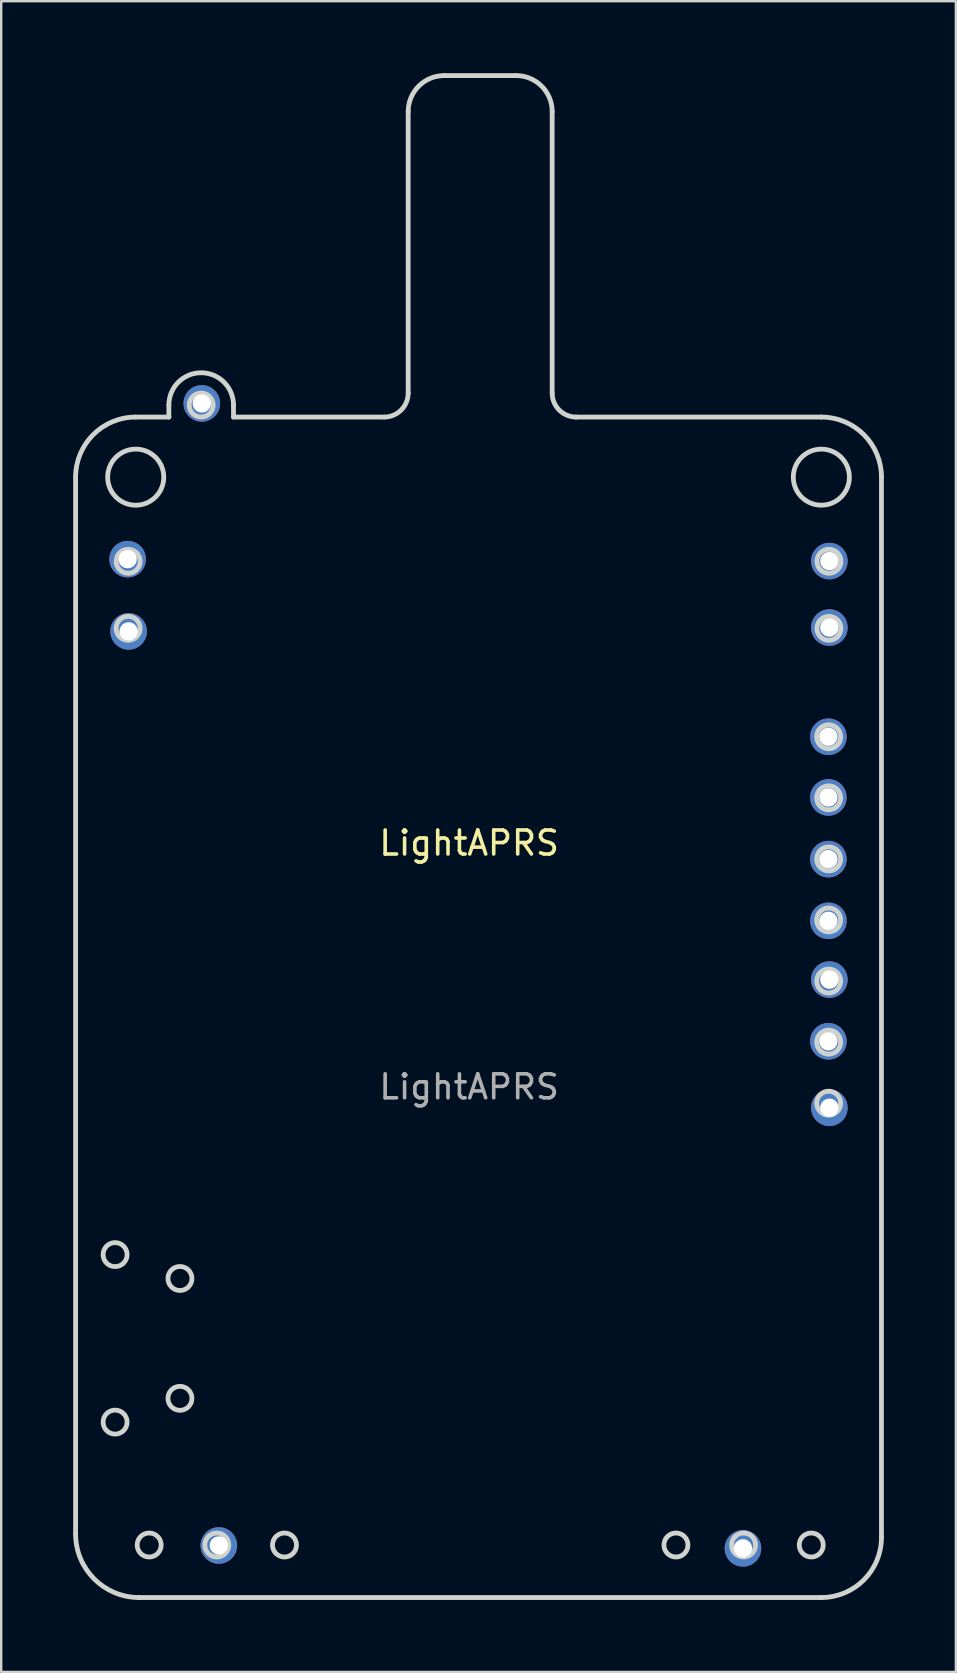
<source format=kicad_pcb>
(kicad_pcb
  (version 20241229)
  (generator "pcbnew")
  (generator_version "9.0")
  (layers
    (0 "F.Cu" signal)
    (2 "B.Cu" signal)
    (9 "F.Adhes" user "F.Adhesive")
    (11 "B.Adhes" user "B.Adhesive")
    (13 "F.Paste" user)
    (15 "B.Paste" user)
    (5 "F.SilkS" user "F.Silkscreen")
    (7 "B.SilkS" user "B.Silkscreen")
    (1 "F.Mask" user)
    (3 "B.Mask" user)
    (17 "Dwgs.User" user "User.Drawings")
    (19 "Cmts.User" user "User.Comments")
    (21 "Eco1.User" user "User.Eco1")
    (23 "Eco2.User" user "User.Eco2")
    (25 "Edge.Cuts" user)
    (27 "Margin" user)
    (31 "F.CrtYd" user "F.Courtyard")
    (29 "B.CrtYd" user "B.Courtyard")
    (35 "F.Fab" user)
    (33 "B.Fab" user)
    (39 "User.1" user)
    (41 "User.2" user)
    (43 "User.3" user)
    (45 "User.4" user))
  (footprint "LightAPRS"
    (layer "F.Cu")
    (at 13.959 1.6)
    (property "Reference" "LightAPRS" (at 2.54 30.48 0) (unlocked yes) (layer "F.SilkS") (effects (font (size 1 1) (thickness 0.15))))
    (attr through_hole)
    (fp_line (start -13.859 15.233) (end -13.859 59.274) (stroke (width 0.2) (type solid)) (layer "Edge.Cuts"))
    (fp_line (start -11.214 61.919) (end 17.216 61.919) (stroke (width 0.2) (type solid)) (layer "Edge.Cuts"))
    (fp_line (start -9.973 12.229) (end -9.973 12.729) (stroke (width 0.2) (type solid)) (layer "Edge.Cuts"))
    (fp_line (start -9.973 12.729) (end -11.355 12.729) (stroke (width 0.2) (type solid)) (layer "Edge.Cuts"))
    (fp_line (start -7.279 12.729) (end -7.279 12.229) (stroke (width 0.2) (type solid)) (layer "Edge.Cuts"))
    (fp_line (start -1 12.729) (end -7.279 12.729) (stroke (width 0.2) (type solid)) (layer "Edge.Cuts"))
    (fp_line (start 0 0) (end 0 11.729) (stroke (width 0.2) (type solid)) (layer "Edge.Cuts"))
    (fp_line (start 4.5 -1.5) (end 1.5 -1.5) (stroke (width 0.2) (type solid)) (layer "Edge.Cuts"))
    (fp_line (start 6 11.729) (end 6 0) (stroke (width 0.2) (type solid)) (layer "Edge.Cuts"))
    (fp_line (start 17.216 12.729) (end 7 12.729) (stroke (width 0.2) (type solid)) (layer "Edge.Cuts"))
    (fp_line (start 19.721 59.414) (end 19.721 15.233) (stroke (width 0.2) (type solid)) (layer "Edge.Cuts"))
    (fp_arc (start -13.858936 15.2335) (mid -13.125655 13.462821) (end -11.355201 12.729) (stroke (width 0.2) (type solid)) (layer "Edge.Cuts"))
    (fp_arc (start -11.214026 61.918702) (mid -13.08426 61.144026) (end -13.858936 59.273792) (stroke (width 0.2) (type solid)) (layer "Edge.Cuts"))
    (fp_arc (start -9.972626 12.229) (mid -8.626 10.882374) (end -7.279374 12.229) (stroke (width 0.2) (type solid)) (layer "Edge.Cuts"))
    (fp_arc (start 0 0) (mid 0.43934 -1.06066) (end 1.5 -1.5) (stroke (width 0.2) (type solid)) (layer "Edge.Cuts"))
    (fp_arc (start 0 11.729) (mid -0.292893 12.436107) (end -1 12.729) (stroke (width 0.2) (type solid)) (layer "Edge.Cuts"))
    (fp_arc (start 4.5 -1.5) (mid 5.56066 -1.06066) (end 6 0) (stroke (width 0.2) (type solid)) (layer "Edge.Cuts"))
    (fp_arc (start 7 12.729) (mid 6.292893 12.436107) (end 6 11.729) (stroke (width 0.2) (type solid)) (layer "Edge.Cuts"))
    (fp_arc (start 17.2165 12.729) (mid 18.987449 13.462551) (end 19.721 15.2335) (stroke (width 0.2) (type solid)) (layer "Edge.Cuts"))
    (fp_arc (start 19.721 59.414198) (mid 18.987451 61.18515) (end 17.2165 61.918702) (stroke (width 0.2) (type solid)) (layer "Edge.Cuts"))
    (fp_circle (center -12.213 47.629) (end -12.713 47.629) (stroke (width 0.2) (type solid)) (fill no) (layer "Edge.Cuts"))
    (fp_circle (center -12.213 54.609) (end -12.713 54.609) (stroke (width 0.2) (type solid)) (fill no) (layer "Edge.Cuts"))
    (fp_circle (center -11.67 18.739) (end -12.17 18.739) (stroke (width 0.2) (type solid)) (fill no) (layer "Edge.Cuts"))
    (fp_circle (center -11.67 21.533) (end -12.17 21.533) (stroke (width 0.2) (type solid)) (fill no) (layer "Edge.Cuts"))
    (fp_circle (center -11.354 15.233) (end -12.523 15.233) (stroke (width 0.2) (type solid)) (fill no) (layer "Edge.Cuts"))
    (fp_circle (center -10.793 59.73) (end -11.293 59.73) (stroke (width 0.2) (type solid)) (fill no) (layer "Edge.Cuts"))
    (fp_circle (center -9.511 48.624) (end -10.011 48.624) (stroke (width 0.2) (type solid)) (fill no) (layer "Edge.Cuts"))
    (fp_circle (center -9.511 53.618) (end -10.011 53.618) (stroke (width 0.2) (type solid)) (fill no) (layer "Edge.Cuts"))
    (fp_circle (center -8.626 12.229) (end -9.126 12.229) (stroke (width 0.2) (type solid)) (fill no) (layer "Edge.Cuts"))
    (fp_circle (center -7.974 59.73) (end -8.474 59.73) (stroke (width 0.2) (type solid)) (fill no) (layer "Edge.Cuts"))
    (fp_circle (center -5.155 59.73) (end -5.655 59.73) (stroke (width 0.2) (type solid)) (fill no) (layer "Edge.Cuts"))
    (fp_circle (center 11.157 59.73) (end 10.657 59.73) (stroke (width 0.2) (type solid)) (fill no) (layer "Edge.Cuts"))
    (fp_circle (center 13.976 59.73) (end 13.476 59.73) (stroke (width 0.2) (type solid)) (fill no) (layer "Edge.Cuts"))
    (fp_circle (center 16.795 59.73) (end 16.295 59.73) (stroke (width 0.2) (type solid)) (fill no) (layer "Edge.Cuts"))
    (fp_circle (center 17.216 15.233) (end 16.048 15.233) (stroke (width 0.2) (type solid)) (fill no) (layer "Edge.Cuts"))
    (fp_circle (center 17.521 26.05) (end 17.021 26.05) (stroke (width 0.2) (type solid)) (fill no) (layer "Edge.Cuts"))
    (fp_circle (center 17.521 28.595) (end 17.021 28.595) (stroke (width 0.2) (type solid)) (fill no) (layer "Edge.Cuts"))
    (fp_circle (center 17.521 31.14) (end 17.021 31.14) (stroke (width 0.2) (type solid)) (fill no) (layer "Edge.Cuts"))
    (fp_circle (center 17.521 33.685) (end 17.021 33.685) (stroke (width 0.2) (type solid)) (fill no) (layer "Edge.Cuts"))
    (fp_circle (center 17.521 36.23) (end 17.021 36.23) (stroke (width 0.2) (type solid)) (fill no) (layer "Edge.Cuts"))
    (fp_circle (center 17.521 38.775) (end 17.021 38.775) (stroke (width 0.2) (type solid)) (fill no) (layer "Edge.Cuts"))
    (fp_circle (center 17.521 41.32) (end 17.021 41.32) (stroke (width 0.2) (type solid)) (fill no) (layer "Edge.Cuts"))
    (fp_circle (center 17.532 18.739) (end 17.032 18.739) (stroke (width 0.2) (type solid)) (fill no) (layer "Edge.Cuts"))
    (fp_circle (center 17.532 21.533) (end 17.032 21.533) (stroke (width 0.2) (type solid)) (fill no) (layer "Edge.Cuts"))
    (fp_text user "${REFERENCE}" (at 2.54 40.64 0) (unlocked yes) (layer "F.Fab") (effects (font (size 1 1) (thickness 0.15))))
    (pad "1" thru_hole circle (at -11.65 21.66) (size 1.524 1.524) (drill 0.762) (layers "*.Cu" "*.Mask"))
    (pad "2" thru_hole circle (at -11.69 18.65) (size 1.524 1.524) (drill 0.762) (layers "*.Cu" "*.Mask"))
    (pad "3" thru_hole circle (at -8.6 12.16) (size 1.524 1.524) (drill 0.762) (layers "*.Cu" "*.Mask"))
    (pad "4" thru_hole circle (at 17.55 18.73) (size 1.524 1.524) (drill 0.762) (layers "*.Cu" "*.Mask"))
    (pad "5" thru_hole circle (at 17.55 21.5) (size 1.524 1.524) (drill 0.762) (layers "*.Cu" "*.Mask"))
    (pad "6" thru_hole circle (at 17.51 26.05) (size 1.524 1.524) (drill 0.762) (layers "*.Cu" "*.Mask"))
    (pad "7" thru_hole circle (at 17.51 28.58) (size 1.524 1.524) (drill 0.762) (layers "*.Cu" "*.Mask"))
    (pad "8" thru_hole circle (at 17.51 31.15) (size 1.524 1.524) (drill 0.762) (layers "*.Cu" "*.Mask"))
    (pad "9" thru_hole circle (at 17.51 33.72) (size 1.524 1.524) (drill 0.762) (layers "*.Cu" "*.Mask"))
    (pad "10" thru_hole circle (at 17.55 36.17) (size 1.524 1.524) (drill 0.762) (layers "*.Cu" "*.Mask"))
    (pad "11" thru_hole circle (at 17.51 38.74) (size 1.524 1.524) (drill 0.762) (layers "*.Cu" "*.Mask"))
    (pad "12" thru_hole circle (at 17.55 41.51) (size 1.524 1.524) (drill 0.762) (layers "*.Cu" "*.Mask"))
    (pad "13" thru_hole circle (at 13.95 59.87) (size 1.524 1.524) (drill 0.762) (layers "*.Cu" "*.Mask"))
    (pad "14" thru_hole circle (at -7.89 59.75) (size 1.524 1.524) (drill 0.762) (layers "*.Cu" "*.Mask")))
  (gr_rect
    (start -3 -3)
    (end 36.78 66.619)
    (stroke (width 0.1) (type default))
    (fill no)
    (layer "Edge.Cuts")))
</source>
